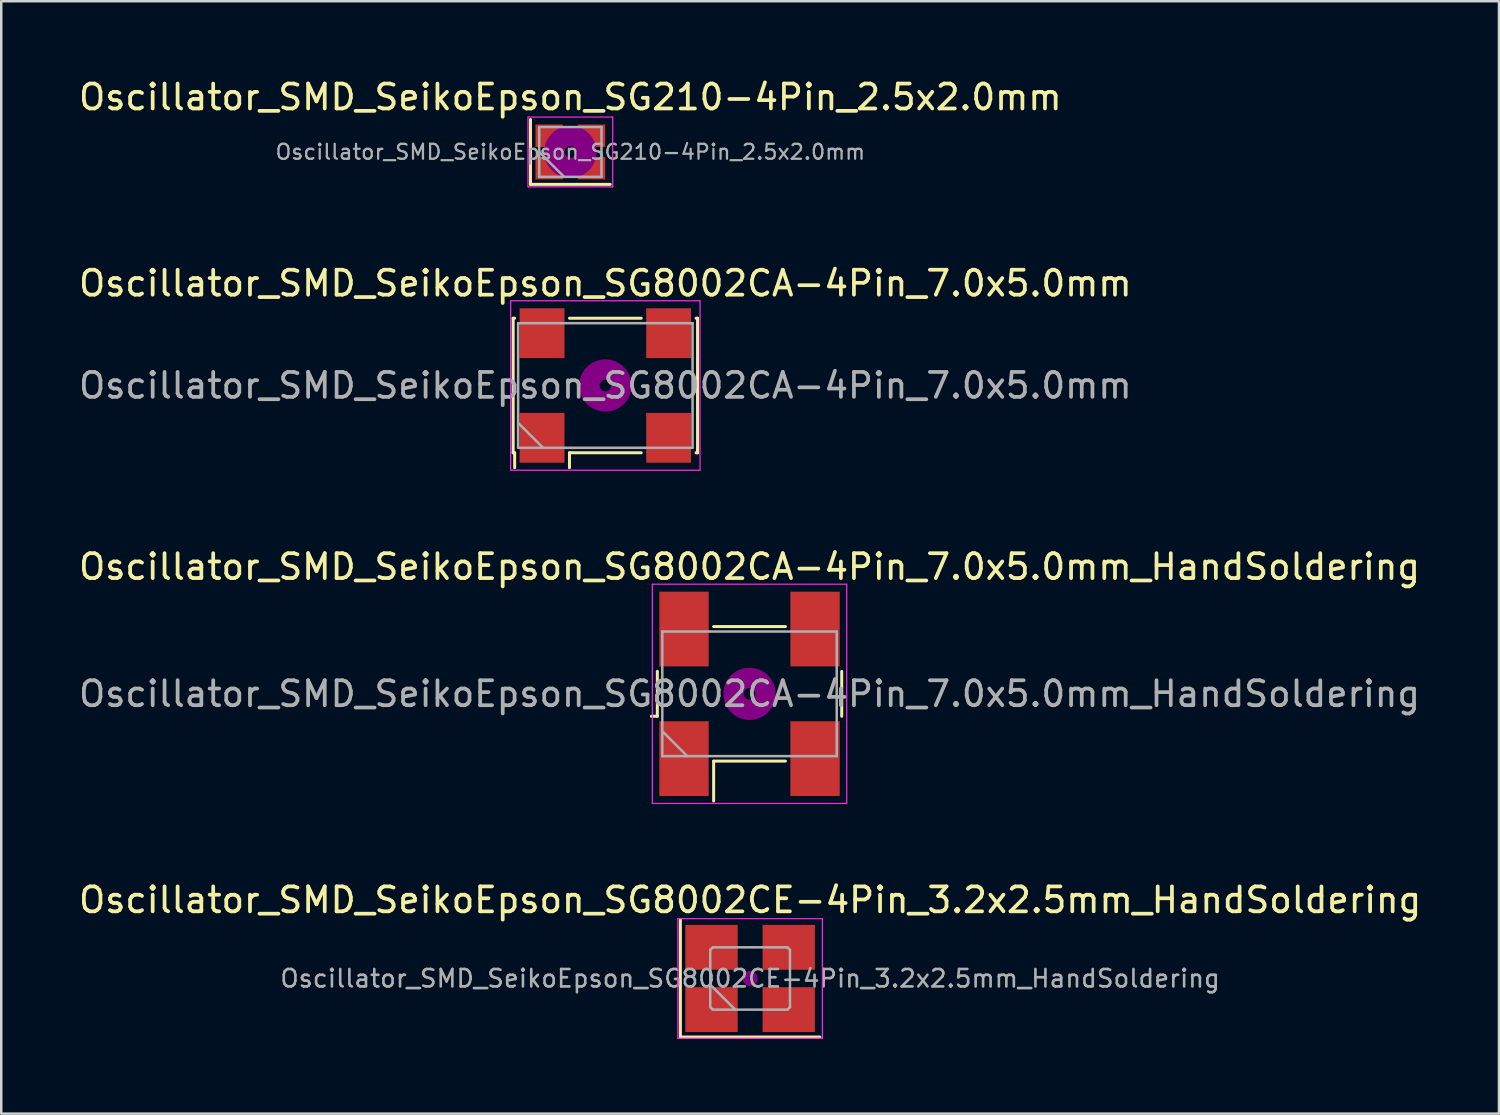
<source format=kicad_pcb>
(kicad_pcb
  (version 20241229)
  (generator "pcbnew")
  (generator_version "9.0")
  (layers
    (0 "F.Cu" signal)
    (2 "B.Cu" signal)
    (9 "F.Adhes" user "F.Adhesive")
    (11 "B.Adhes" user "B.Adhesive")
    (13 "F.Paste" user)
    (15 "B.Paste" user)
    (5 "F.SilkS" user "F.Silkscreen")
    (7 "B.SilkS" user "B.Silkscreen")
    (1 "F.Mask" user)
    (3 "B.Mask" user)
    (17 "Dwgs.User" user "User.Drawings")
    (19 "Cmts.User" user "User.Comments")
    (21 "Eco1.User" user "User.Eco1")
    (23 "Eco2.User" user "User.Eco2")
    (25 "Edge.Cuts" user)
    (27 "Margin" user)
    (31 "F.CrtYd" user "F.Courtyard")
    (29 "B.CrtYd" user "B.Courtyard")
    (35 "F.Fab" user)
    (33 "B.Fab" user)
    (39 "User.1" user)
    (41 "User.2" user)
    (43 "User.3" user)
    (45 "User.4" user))
  (footprint "Oscillator_SMD_SeikoEpson_SG8002CA-4Pin_7.0x5.0mm_HandSoldering"
    (layer "F.Cu")
    (at 27.03 24.795)
    (property "Reference" "Oscillator_SMD_SeikoEpson_SG8002CA-4Pin_7.0x5.0mm_HandSoldering" (at 0 -5.1 0) (layer "F.SilkS") (effects (font (size 1 1) (thickness 0.15))))
    (attr smd)
    (fp_line (start -3.94 0.9) (end -3.7 0.9) (stroke (width 0.12) (type solid)) (layer "F.SilkS"))
    (fp_line (start -3.7 0.9) (end -3.7 -0.9) (stroke (width 0.12) (type solid)) (layer "F.SilkS"))
    (fp_line (start -1.44 -2.7) (end 1.44 -2.7) (stroke (width 0.12) (type solid)) (layer "F.SilkS"))
    (fp_line (start -1.44 2.7) (end -1.44 4.3) (stroke (width 0.12) (type solid)) (layer "F.SilkS"))
    (fp_line (start 1.44 2.7) (end -1.44 2.7) (stroke (width 0.12) (type solid)) (layer "F.SilkS"))
    (fp_line (start 3.7 -0.9) (end 3.7 0.9) (stroke (width 0.12) (type solid)) (layer "F.SilkS"))
    (fp_circle (center 0 0) (end 0.233 0) (stroke (width 0.467) (type solid)) (fill no) (layer "F.Adhes"))
    (fp_circle (center 0 0) (end 0.533 0) (stroke (width 0.333) (type solid)) (fill no) (layer "F.Adhes"))
    (fp_circle (center 0 0) (end 0.833 0) (stroke (width 0.333) (type solid)) (fill no) (layer "F.Adhes"))
    (fp_circle (center 0 0) (end 1 0) (stroke (width 0.1) (type solid)) (fill no) (layer "F.Adhes"))
    (fp_line (start -3.9 -4.4) (end -3.9 4.4) (stroke (width 0.05) (type solid)) (layer "F.CrtYd"))
    (fp_line (start -3.9 4.4) (end 3.9 4.4) (stroke (width 0.05) (type solid)) (layer "F.CrtYd"))
    (fp_line (start 3.9 -4.4) (end -3.9 -4.4) (stroke (width 0.05) (type solid)) (layer "F.CrtYd"))
    (fp_line (start 3.9 4.4) (end 3.9 -4.4) (stroke (width 0.05) (type solid)) (layer "F.CrtYd"))
    (fp_line (start -3.5 -2.5) (end -3.5 2.5) (stroke (width 0.1) (type solid)) (layer "F.Fab"))
    (fp_line (start -3.5 1.5) (end -2.5 2.5) (stroke (width 0.1) (type solid)) (layer "F.Fab"))
    (fp_line (start -3.5 2.5) (end 3.5 2.5) (stroke (width 0.1) (type solid)) (layer "F.Fab"))
    (fp_line (start 3.5 -2.5) (end -3.5 -2.5) (stroke (width 0.1) (type solid)) (layer "F.Fab"))
    (fp_line (start 3.5 2.5) (end 3.5 -2.5) (stroke (width 0.1) (type solid)) (layer "F.Fab"))
    (fp_text user "${REFERENCE}" (at 0 0 0) (layer "F.Fab") (effects (font (size 1 1) (thickness 0.15))))
    (pad "1" smd rect (at -2.63 2.6) (size 1.98 3) (layers "F.Cu" "F.Mask" "F.Paste"))
    (pad "2" smd rect (at 2.63 2.6) (size 1.98 3) (layers "F.Cu" "F.Mask" "F.Paste"))
    (pad "3" smd rect (at 2.63 -2.6) (size 1.98 3) (layers "F.Cu" "F.Mask" "F.Paste"))
    (pad "4" smd rect (at -2.63 -2.6) (size 1.98 3) (layers "F.Cu" "F.Mask" "F.Paste")))
  (footprint "Oscillator_SMD_SeikoEpson_SG8002CE-4Pin_3.2x2.5mm_HandSoldering"
    (layer "F.Cu")
    (at 27.054 36.218)
    (property "Reference" "Oscillator_SMD_SeikoEpson_SG8002CE-4Pin_3.2x2.5mm_HandSoldering" (at 0 -3.15 0) (layer "F.SilkS") (effects (font (size 1 1) (thickness 0.15))))
    (attr smd)
    (fp_line (start -2.8 -2.35) (end -2.8 2.35) (stroke (width 0.12) (type solid)) (layer "F.SilkS"))
    (fp_line (start -2.8 2.35) (end 2.8 2.35) (stroke (width 0.12) (type solid)) (layer "F.SilkS"))
    (fp_circle (center 0 0) (end 0.058 0) (stroke (width 0.117) (type solid)) (fill no) (layer "F.Adhes"))
    (fp_circle (center 0 0) (end 0.133 0) (stroke (width 0.083) (type solid)) (fill no) (layer "F.Adhes"))
    (fp_circle (center 0 0) (end 0.208 0) (stroke (width 0.083) (type solid)) (fill no) (layer "F.Adhes"))
    (fp_circle (center 0 0) (end 0.25 0) (stroke (width 0.1) (type solid)) (fill no) (layer "F.Adhes"))
    (fp_line (start -2.9 -2.4) (end -2.9 2.4) (stroke (width 0.05) (type solid)) (layer "F.CrtYd"))
    (fp_line (start -2.9 2.4) (end 2.9 2.4) (stroke (width 0.05) (type solid)) (layer "F.CrtYd"))
    (fp_line (start 2.9 -2.4) (end -2.9 -2.4) (stroke (width 0.05) (type solid)) (layer "F.CrtYd"))
    (fp_line (start 2.9 2.4) (end 2.9 -2.4) (stroke (width 0.05) (type solid)) (layer "F.CrtYd"))
    (fp_line (start -1.6 -1.15) (end -1.5 -1.25) (stroke (width 0.1) (type solid)) (layer "F.Fab"))
    (fp_line (start -1.6 0.25) (end -0.6 1.25) (stroke (width 0.1) (type solid)) (layer "F.Fab"))
    (fp_line (start -1.6 1.15) (end -1.6 -1.15) (stroke (width 0.1) (type solid)) (layer "F.Fab"))
    (fp_line (start -1.5 -1.25) (end 1.5 -1.25) (stroke (width 0.1) (type solid)) (layer "F.Fab"))
    (fp_line (start -1.5 1.25) (end -1.6 1.15) (stroke (width 0.1) (type solid)) (layer "F.Fab"))
    (fp_line (start 1.5 -1.25) (end 1.6 -1.15) (stroke (width 0.1) (type solid)) (layer "F.Fab"))
    (fp_line (start 1.5 1.25) (end -1.5 1.25) (stroke (width 0.1) (type solid)) (layer "F.Fab"))
    (fp_line (start 1.6 -1.15) (end 1.6 1.15) (stroke (width 0.1) (type solid)) (layer "F.Fab"))
    (fp_line (start 1.6 1.15) (end 1.5 1.25) (stroke (width 0.1) (type solid)) (layer "F.Fab"))
    (fp_text user "${REFERENCE}" (at 0 0 0) (layer "F.Fab") (effects (font (size 0.7 0.7) (thickness 0.105))))
    (pad "1" smd rect (at -1.55 1.25) (size 2.1 1.8) (layers "F.Cu" "F.Mask" "F.Paste"))
    (pad "2" smd rect (at 1.55 1.25) (size 2.1 1.8) (layers "F.Cu" "F.Mask" "F.Paste"))
    (pad "3" smd rect (at 1.55 -1.25) (size 2.1 1.8) (layers "F.Cu" "F.Mask" "F.Paste"))
    (pad "4" smd rect (at -1.55 -1.25) (size 2.1 1.8) (layers "F.Cu" "F.Mask" "F.Paste")))
  (footprint "Oscillator_SMD_SeikoEpson_SG8002CA-4Pin_7.0x5.0mm"
    (layer "F.Cu")
    (at 21.244 12.421)
    (property "Reference" "Oscillator_SMD_SeikoEpson_SG8002CA-4Pin_7.0x5.0mm" (at 0 -4.1 0) (layer "F.SilkS") (effects (font (size 1 1) (thickness 0.15))))
    (attr smd)
    (fp_line (start -3.7 -2.7) (end -3.64 -2.7) (stroke (width 0.12) (type solid)) (layer "F.SilkS"))
    (fp_line (start -3.7 2.7) (end -3.7 -2.7) (stroke (width 0.12) (type solid)) (layer "F.SilkS"))
    (fp_line (start -3.64 2.7) (end -3.7 2.7) (stroke (width 0.12) (type solid)) (layer "F.SilkS"))
    (fp_line (start -3.64 3.3) (end -3.64 2.7) (stroke (width 0.12) (type solid)) (layer "F.SilkS"))
    (fp_line (start -1.44 -2.7) (end 1.44 -2.7) (stroke (width 0.12) (type solid)) (layer "F.SilkS"))
    (fp_line (start -1.44 2.7) (end -1.44 3.3) (stroke (width 0.12) (type solid)) (layer "F.SilkS"))
    (fp_line (start 1.44 2.7) (end -1.44 2.7) (stroke (width 0.12) (type solid)) (layer "F.SilkS"))
    (fp_line (start 3.64 -2.7) (end 3.7 -2.7) (stroke (width 0.12) (type solid)) (layer "F.SilkS"))
    (fp_line (start 3.7 -2.7) (end 3.7 2.7) (stroke (width 0.12) (type solid)) (layer "F.SilkS"))
    (fp_line (start 3.7 2.7) (end 3.64 2.7) (stroke (width 0.12) (type solid)) (layer "F.SilkS"))
    (fp_circle (center 0 0) (end 0.233 0) (stroke (width 0.467) (type solid)) (fill no) (layer "F.Adhes"))
    (fp_circle (center 0 0) (end 0.533 0) (stroke (width 0.333) (type solid)) (fill no) (layer "F.Adhes"))
    (fp_circle (center 0 0) (end 0.833 0) (stroke (width 0.333) (type solid)) (fill no) (layer "F.Adhes"))
    (fp_circle (center 0 0) (end 1 0) (stroke (width 0.1) (type solid)) (fill no) (layer "F.Adhes"))
    (fp_line (start -3.8 -3.4) (end -3.8 3.4) (stroke (width 0.05) (type solid)) (layer "F.CrtYd"))
    (fp_line (start -3.8 3.4) (end 3.8 3.4) (stroke (width 0.05) (type solid)) (layer "F.CrtYd"))
    (fp_line (start 3.8 -3.4) (end -3.8 -3.4) (stroke (width 0.05) (type solid)) (layer "F.CrtYd"))
    (fp_line (start 3.8 3.4) (end 3.8 -3.4) (stroke (width 0.05) (type solid)) (layer "F.CrtYd"))
    (fp_line (start -3.5 -2.5) (end -3.5 2.5) (stroke (width 0.1) (type solid)) (layer "F.Fab"))
    (fp_line (start -3.5 1.5) (end -2.5 2.5) (stroke (width 0.1) (type solid)) (layer "F.Fab"))
    (fp_line (start -3.5 2.5) (end 3.5 2.5) (stroke (width 0.1) (type solid)) (layer "F.Fab"))
    (fp_line (start 3.5 -2.5) (end -3.5 -2.5) (stroke (width 0.1) (type solid)) (layer "F.Fab"))
    (fp_line (start 3.5 2.5) (end 3.5 -2.5) (stroke (width 0.1) (type solid)) (layer "F.Fab"))
    (fp_text user "${REFERENCE}" (at 0 0 0) (layer "F.Fab") (effects (font (size 1 1) (thickness 0.15))))
    (pad "1" smd rect (at -2.54 2.1) (size 1.8 2) (layers "F.Cu" "F.Mask" "F.Paste"))
    (pad "2" smd rect (at 2.54 2.1) (size 1.8 2) (layers "F.Cu" "F.Mask" "F.Paste"))
    (pad "3" smd rect (at 2.54 -2.1) (size 1.8 2) (layers "F.Cu" "F.Mask" "F.Paste"))
    (pad "4" smd rect (at -2.54 -2.1) (size 1.8 2) (layers "F.Cu" "F.Mask" "F.Paste")))
  (footprint "Oscillator_SMD_SeikoEpson_SG210-4Pin_2.5x2.0mm"
    (layer "F.Cu")
    (at 19.839 3.048)
    (property "Reference" "Oscillator_SMD_SeikoEpson_SG210-4Pin_2.5x2.0mm" (at 0 -2.2 0) (layer "F.SilkS") (effects (font (size 1 1) (thickness 0.15))))
    (attr smd)
    (fp_line (start -1.6 -1.3) (end -1.6 1.3) (stroke (width 0.12) (type solid)) (layer "F.SilkS"))
    (fp_line (start -1.6 1.3) (end 1.6 1.3) (stroke (width 0.12) (type solid)) (layer "F.SilkS"))
    (fp_circle (center 0 0) (end 0.233 0) (stroke (width 0.467) (type solid)) (fill no) (layer "F.Adhes"))
    (fp_circle (center 0 0) (end 0.533 0) (stroke (width 0.333) (type solid)) (fill no) (layer "F.Adhes"))
    (fp_circle (center 0 0) (end 0.833 0) (stroke (width 0.333) (type solid)) (fill no) (layer "F.Adhes"))
    (fp_circle (center 0 0) (end 1 0) (stroke (width 0.1) (type solid)) (fill no) (layer "F.Adhes"))
    (fp_line (start -1.7 -1.4) (end -1.7 1.4) (stroke (width 0.05) (type solid)) (layer "F.CrtYd"))
    (fp_line (start -1.7 1.4) (end 1.7 1.4) (stroke (width 0.05) (type solid)) (layer "F.CrtYd"))
    (fp_line (start 1.7 -1.4) (end -1.7 -1.4) (stroke (width 0.05) (type solid)) (layer "F.CrtYd"))
    (fp_line (start 1.7 1.4) (end 1.7 -1.4) (stroke (width 0.05) (type solid)) (layer "F.CrtYd"))
    (fp_line (start -1.25 -1) (end -1.25 1) (stroke (width 0.1) (type solid)) (layer "F.Fab"))
    (fp_line (start -1.25 0) (end -0.25 1) (stroke (width 0.1) (type solid)) (layer "F.Fab"))
    (fp_line (start -1.25 1) (end 1.25 1) (stroke (width 0.1) (type solid)) (layer "F.Fab"))
    (fp_line (start 1.25 -1) (end -1.25 -1) (stroke (width 0.1) (type solid)) (layer "F.Fab"))
    (fp_line (start 1.25 1) (end 1.25 -1) (stroke (width 0.1) (type solid)) (layer "F.Fab"))
    (fp_text user "${REFERENCE}" (at 0 0 0) (layer "F.Fab") (effects (font (size 0.6 0.6) (thickness 0.09))))
    (pad "1" smd rect (at -0.85 0.65) (size 1.1 0.9) (layers "F.Cu" "F.Mask" "F.Paste"))
    (pad "2" smd rect (at 0.85 0.65) (size 1.1 0.9) (layers "F.Cu" "F.Mask" "F.Paste"))
    (pad "3" smd rect (at 0.85 -0.65) (size 1.1 0.9) (layers "F.Cu" "F.Mask" "F.Paste"))
    (pad "4" smd rect (at -0.85 -0.65) (size 1.1 0.9) (layers "F.Cu" "F.Mask" "F.Paste")))
  (gr_rect
    (start -3 -3)
    (end 57.107 41.643)
    (stroke (width 0.1) (type default))
    (fill no)
    (layer "Edge.Cuts")))
</source>
